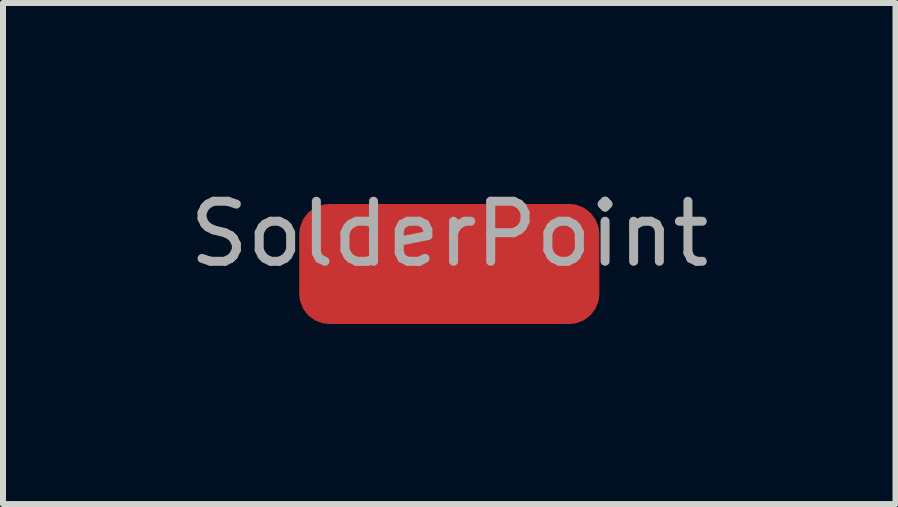
<source format=kicad_pcb>
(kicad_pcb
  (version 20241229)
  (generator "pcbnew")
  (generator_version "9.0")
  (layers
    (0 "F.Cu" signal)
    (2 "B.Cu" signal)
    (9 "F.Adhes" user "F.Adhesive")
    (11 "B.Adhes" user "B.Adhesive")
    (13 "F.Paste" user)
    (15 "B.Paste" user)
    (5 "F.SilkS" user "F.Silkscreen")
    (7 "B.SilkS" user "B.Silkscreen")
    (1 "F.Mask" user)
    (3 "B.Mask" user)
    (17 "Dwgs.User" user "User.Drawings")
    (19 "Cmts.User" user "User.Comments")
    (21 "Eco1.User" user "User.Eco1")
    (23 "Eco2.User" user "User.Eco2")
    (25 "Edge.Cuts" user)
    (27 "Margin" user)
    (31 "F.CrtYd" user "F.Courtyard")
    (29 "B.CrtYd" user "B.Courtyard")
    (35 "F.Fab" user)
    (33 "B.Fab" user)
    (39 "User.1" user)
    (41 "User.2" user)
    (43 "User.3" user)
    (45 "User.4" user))
  (footprint "SolderPoint"
    (layer "F.Cu")
    (at 4.435 1.348)
    (property "Reference" "SolderPoint" (at 0 -0.5 0) (unlocked yes) (layer "F.Fab") (effects (font (size 1 1) (thickness 0.15))))
    (attr smd)
    (pad "1" smd roundrect (at 0 0) (size 5 2) (layers "F.Cu" "F.Mask" "F.Paste") (roundrect_rratio 0.25)))
  (gr_rect
    (start -3 -3)
    (end 11.869 5.348)
    (stroke (width 0.1) (type default))
    (fill no)
    (layer "Edge.Cuts")))
</source>
